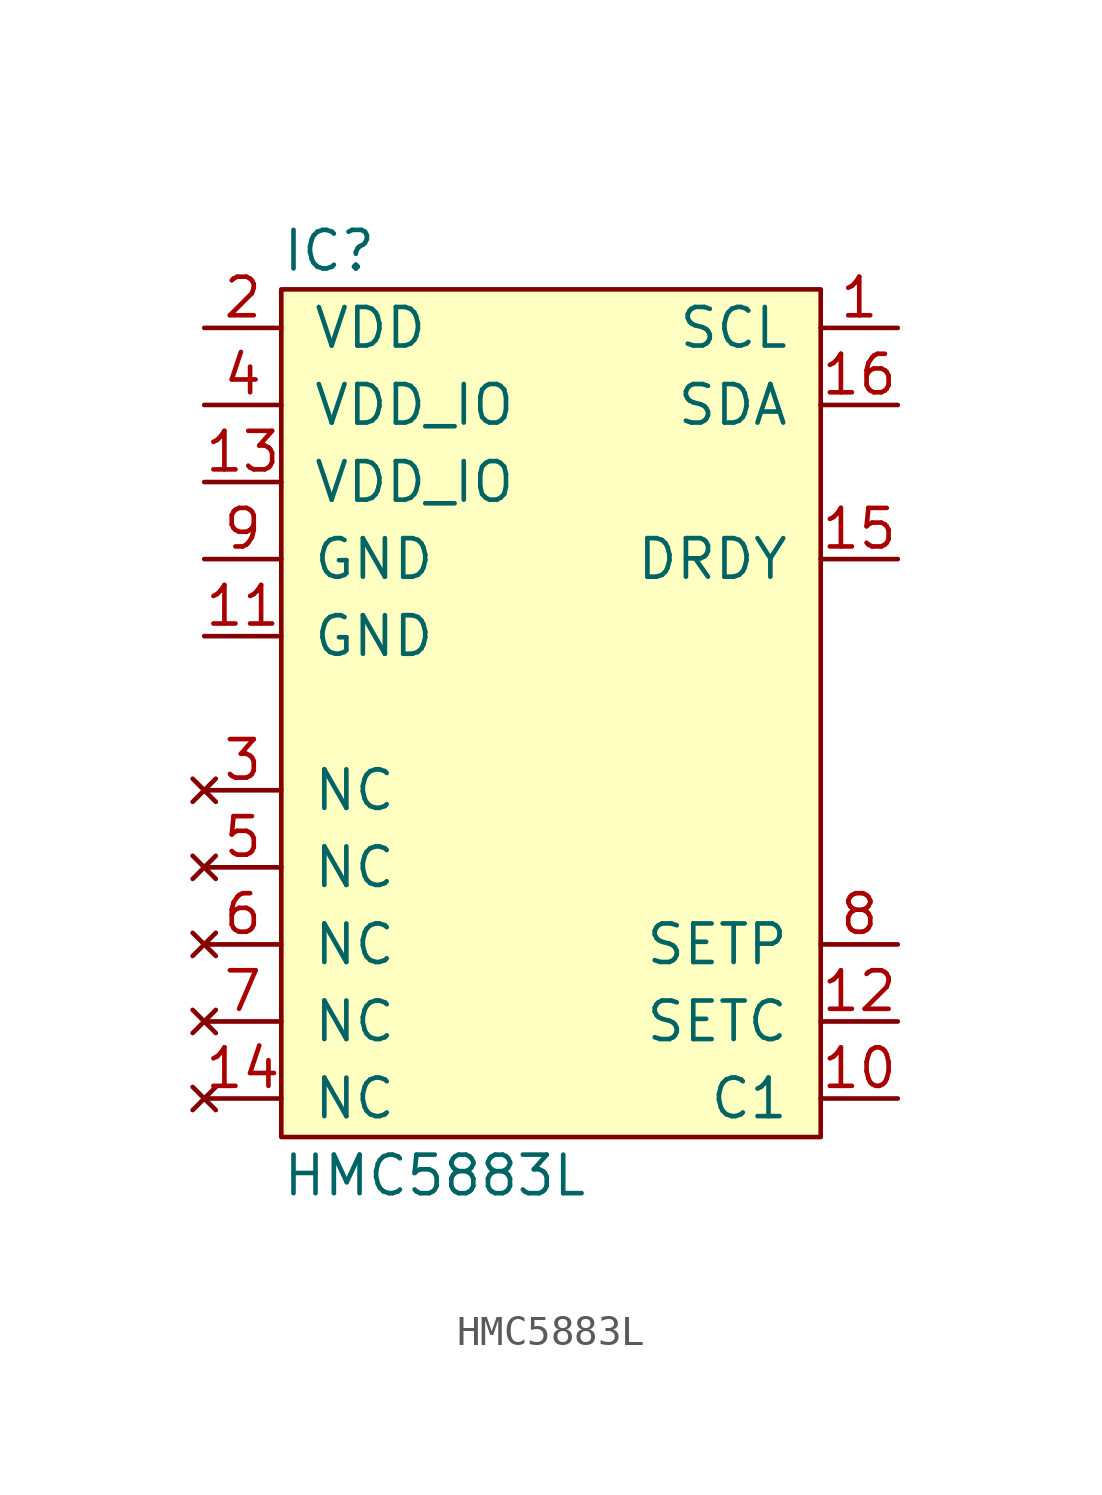
<source format=kicad_sym>
(kicad_symbol_lib
  (version 20211014)
  (generator kicad_symbol_editor)
  (symbol "HMC5883L"
    (pin_names
      (offset 1.016))
    (property "Reference" "IC"
      (at -7.62 10.16 0)
      (effects (font (size 1.27 1.27)) (justify left)))
    (property "Value" "HMC5883L"
      (at -7.62 -20.32 0)
      (effects (font (size 1.27 1.27)) (justify left)))
    (symbol "HMC5883L_0_1"
      (rectangle (start -7.62 8.89) (end 10.16 -19.05) (stroke (width 0) (type default) (color 0 0 0 0)) (fill (type background))))
    (symbol "HMC5883L_1_1"
      (pin input line (at 12.7 7.62 180) (length 2.54) (name "SCL" (effects (font (size 1.27 1.27)))) (number "1" (effects (font (size 1.27 1.27)))))
      (pin passive line (at 12.7 -17.78 180) (length 2.54) (name "C1" (effects (font (size 1.27 1.27)))) (number "10" (effects (font (size 1.27 1.27)))))
      (pin power_in line (at -10.16 -2.54 0) (length 2.54) (name "GND" (effects (font (size 1.27 1.27)))) (number "11" (effects (font (size 1.27 1.27)))))
      (pin output line (at 12.7 -15.24 180) (length 2.54) (name "SETC" (effects (font (size 1.27 1.27)))) (number "12" (effects (font (size 1.27 1.27)))))
      (pin power_in line (at -10.16 2.54 0) (length 2.54) (name "VDD_IO" (effects (font (size 1.27 1.27)))) (number "13" (effects (font (size 1.27 1.27)))))
      (pin no_connect line (at -10.16 -17.78 0) (length 2.54) (name "NC" (effects (font (size 1.27 1.27)))) (number "14" (effects (font (size 1.27 1.27)))))
      (pin output line (at 12.7 0 180) (length 2.54) (name "DRDY" (effects (font (size 1.27 1.27)))) (number "15" (effects (font (size 1.27 1.27)))))
      (pin bidirectional line (at 12.7 5.08 180) (length 2.54) (name "SDA" (effects (font (size 1.27 1.27)))) (number "16" (effects (font (size 1.27 1.27)))))
      (pin power_in line (at -10.16 7.62 0) (length 2.54) (name "VDD" (effects (font (size 1.27 1.27)))) (number "2" (effects (font (size 1.27 1.27)))))
      (pin no_connect line (at -10.16 -7.62 0) (length 2.54) (name "NC" (effects (font (size 1.27 1.27)))) (number "3" (effects (font (size 1.27 1.27)))))
      (pin power_in line (at -10.16 5.08 0) (length 2.54) (name "VDD_IO" (effects (font (size 1.27 1.27)))) (number "4" (effects (font (size 1.27 1.27)))))
      (pin no_connect line (at -10.16 -10.16 0) (length 2.54) (name "NC" (effects (font (size 1.27 1.27)))) (number "5" (effects (font (size 1.27 1.27)))))
      (pin no_connect line (at -10.16 -12.7 0) (length 2.54) (name "NC" (effects (font (size 1.27 1.27)))) (number "6" (effects (font (size 1.27 1.27)))))
      (pin no_connect line (at -10.16 -15.24 0) (length 2.54) (name "NC" (effects (font (size 1.27 1.27)))) (number "7" (effects (font (size 1.27 1.27)))))
      (pin input line (at 12.7 -12.7 180) (length 2.54) (name "SETP" (effects (font (size 1.27 1.27)))) (number "8" (effects (font (size 1.27 1.27)))))
      (pin power_in line (at -10.16 0 0) (length 2.54) (name "GND" (effects (font (size 1.27 1.27)))) (number "9" (effects (font (size 1.27 1.27))))))))
</source>
